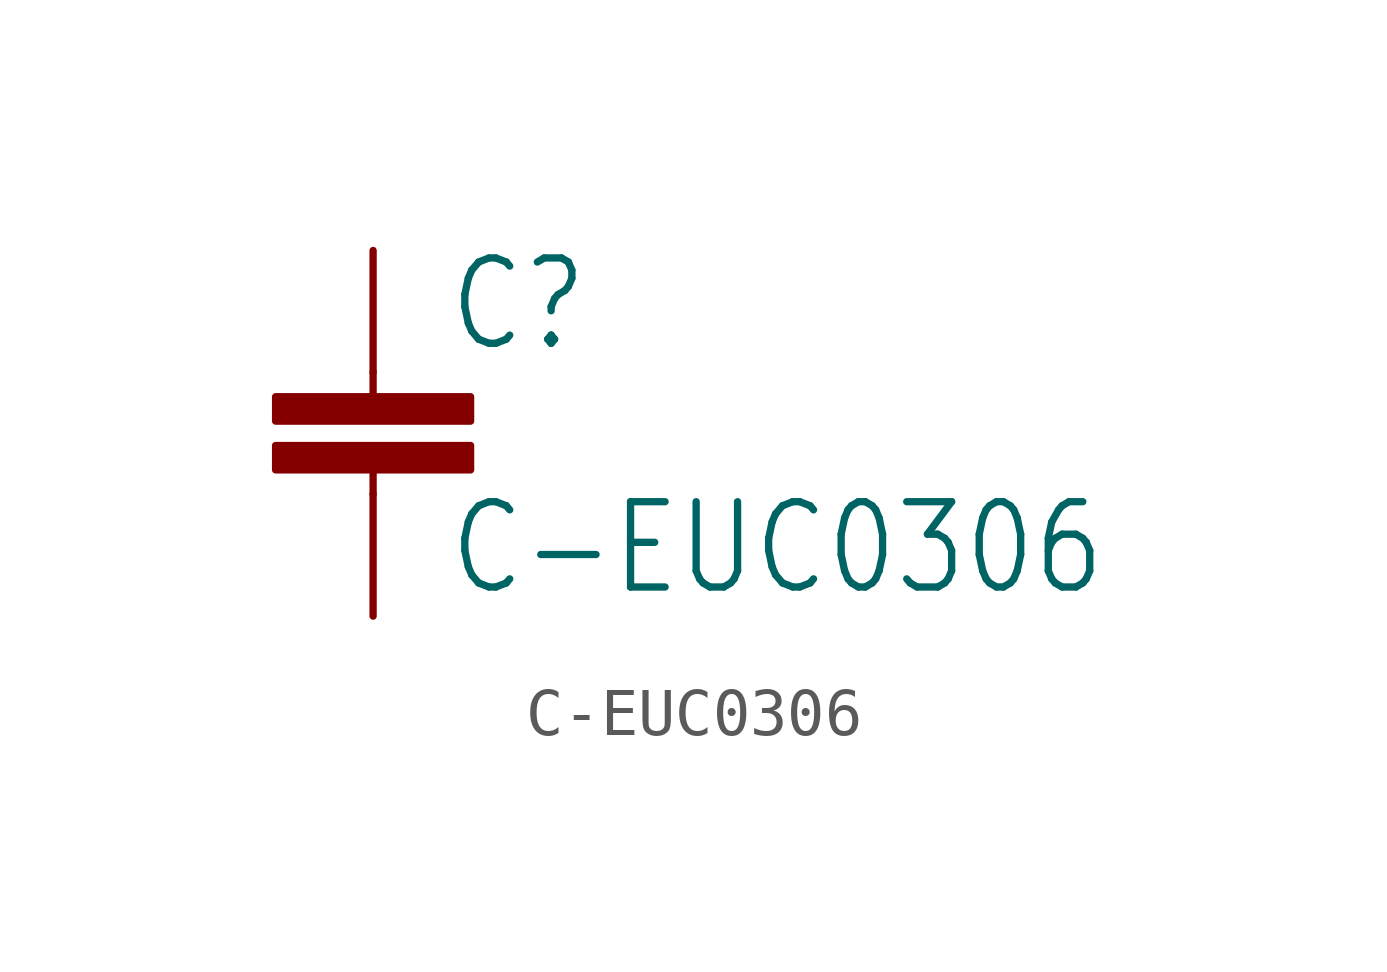
<source format=kicad_sym>
(kicad_symbol_lib
  (version 20211014)
  (generator kicad_symbol_editor)
  (symbol "C-EUC0306"
    (property "Reference" "C"
      (at 1.524 0.381 0)
      (effects (font (size 1.778 1.511)) (justify left bottom)))
    (property "Value" "C-EUC0306"
      (at 1.524 -4.699 0)
      (effects (font (size 1.778 1.511)) (justify left bottom)))
    (property "ki_locked" ""
      (at 0 0 0)
      (effects (font (size 1.27 1.27))))
    (symbol "C-EUC0306_1_0"
      (rectangle (start -2.032 -2.032) (end 2.032 -1.524) (stroke (width 0) (type default) (color 0 0 0 0)) (fill (type outline)))
      (rectangle (start -2.032 -1.016) (end 2.032 -0.508) (stroke (width 0) (type default) (color 0 0 0 0)) (fill (type outline)))
      (polyline (pts (xy 0 -2.54) (xy 0 -2.032)) (stroke (width 0.152) (type default) (color 0 0 0 0)) (fill (type none)))
      (polyline (pts (xy 0 0) (xy 0 -0.508)) (stroke (width 0.152) (type default) (color 0 0 0 0)) (fill (type none)))
      (pin passive line (at 0 2.54 270) (length 2.54) (name "1" (effects (font (size 0 0)))) (number "1" (effects (font (size 0 0)))))
      (pin passive line (at 0 -5.08 90) (length 2.54) (name "2" (effects (font (size 0 0)))) (number "2" (effects (font (size 0 0))))))))
</source>
